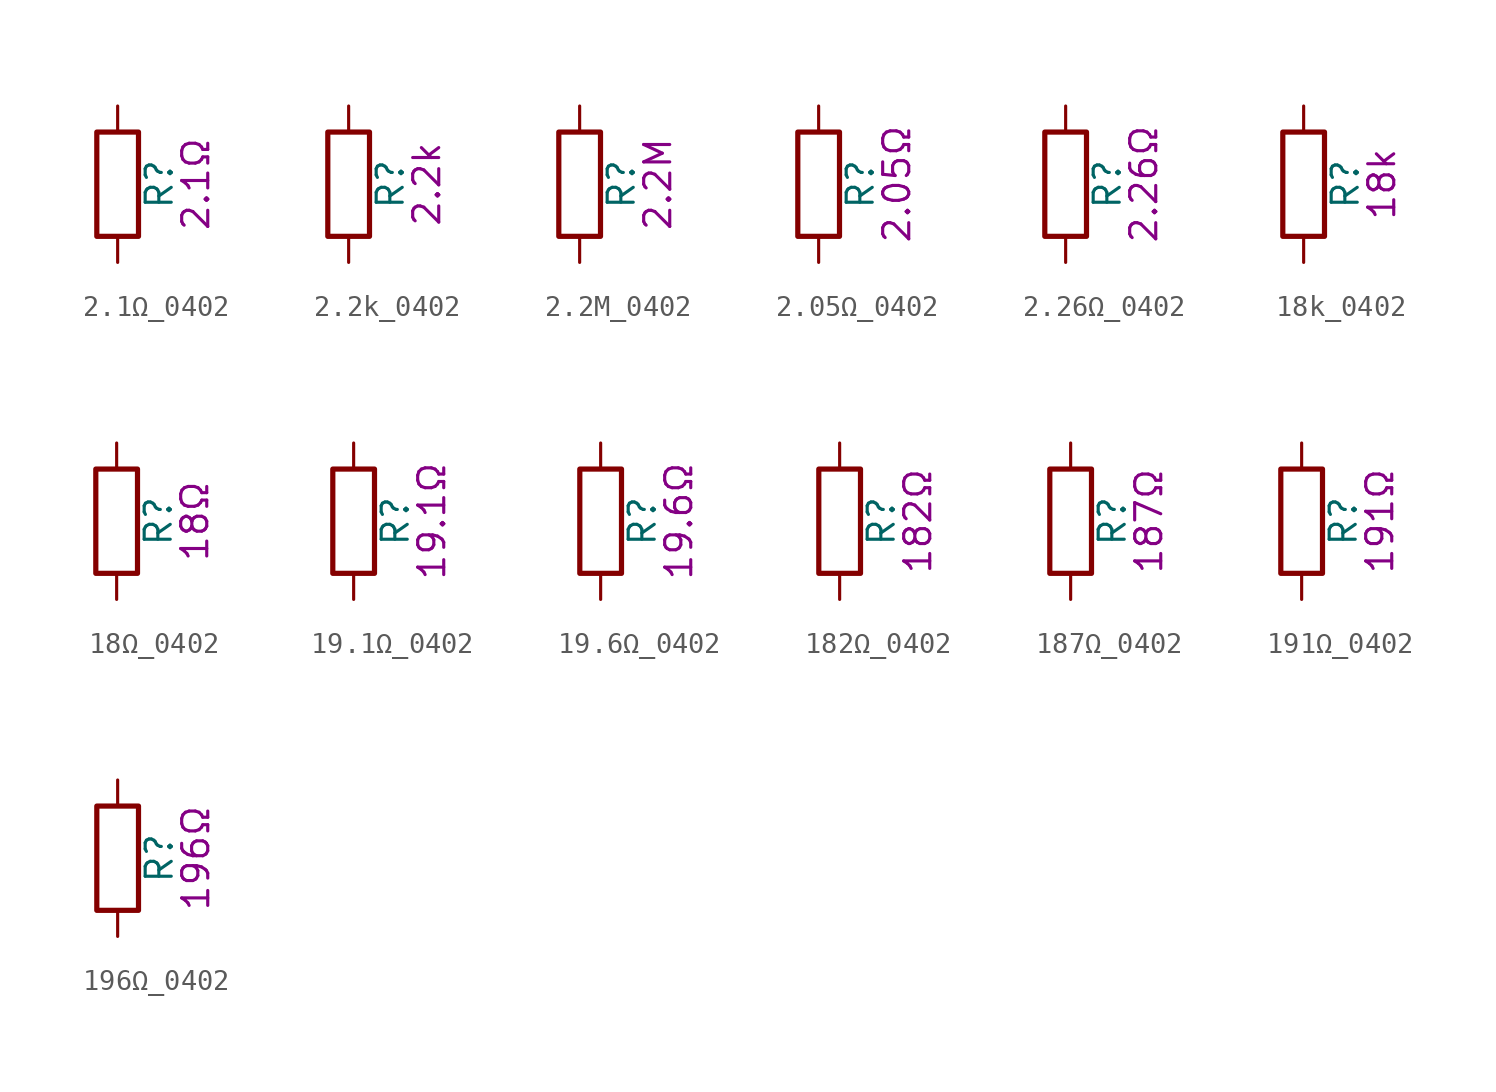
<source format=kicad_sym>
(kicad_symbol_lib
  (version 20211014)
  (generator kicad_symbol_editor)
  (symbol "2.1Ω_0402"
    (pin_numbers hide)
    (pin_names
      (offset 0))
    (property "Reference" "R"
      (at 2.032 0 90)
      (effects (font (size 1.27 1.27))))
    (property "Display" "2.1Ω"
      (at 3.81 0 90)
      (effects (font (size 1.27 1.27))))
    (symbol "2.1Ω_0402_0_1"
      (rectangle (start -1.016 -2.54) (end 1.016 2.54) (stroke (width 0.254) (type default) (color 0 0 0 0)) (fill (type none))))
    (symbol "2.1Ω_0402_1_1"
      (pin passive line (at 0 3.81 270) (length 1.27) (name "~" (effects (font (size 1.27 1.27)))) (number "1" (effects (font (size 1.27 1.27)))))
      (pin passive line (at 0 -3.81 90) (length 1.27) (name "~" (effects (font (size 1.27 1.27)))) (number "2" (effects (font (size 1.27 1.27)))))))
  (symbol "2.2k_0402"
    (pin_numbers hide)
    (pin_names
      (offset 0))
    (property "Reference" "R"
      (at 2.032 0 90)
      (effects (font (size 1.27 1.27))))
    (property "Display" "2.2k"
      (at 3.81 0 90)
      (effects (font (size 1.27 1.27))))
    (symbol "2.2k_0402_0_1"
      (rectangle (start -1.016 -2.54) (end 1.016 2.54) (stroke (width 0.254) (type default) (color 0 0 0 0)) (fill (type none))))
    (symbol "2.2k_0402_1_1"
      (pin passive line (at 0 3.81 270) (length 1.27) (name "~" (effects (font (size 1.27 1.27)))) (number "1" (effects (font (size 1.27 1.27)))))
      (pin passive line (at 0 -3.81 90) (length 1.27) (name "~" (effects (font (size 1.27 1.27)))) (number "2" (effects (font (size 1.27 1.27)))))))
  (symbol "2.2M_0402"
    (pin_numbers hide)
    (pin_names
      (offset 0))
    (property "Reference" "R"
      (at 2.032 0 90)
      (effects (font (size 1.27 1.27))))
    (property "Display" "2.2M"
      (at 3.81 0 90)
      (effects (font (size 1.27 1.27))))
    (symbol "2.2M_0402_0_1"
      (rectangle (start -1.016 -2.54) (end 1.016 2.54) (stroke (width 0.254) (type default) (color 0 0 0 0)) (fill (type none))))
    (symbol "2.2M_0402_1_1"
      (pin passive line (at 0 3.81 270) (length 1.27) (name "~" (effects (font (size 1.27 1.27)))) (number "1" (effects (font (size 1.27 1.27)))))
      (pin passive line (at 0 -3.81 90) (length 1.27) (name "~" (effects (font (size 1.27 1.27)))) (number "2" (effects (font (size 1.27 1.27)))))))
  (symbol "2.05Ω_0402"
    (pin_numbers hide)
    (pin_names
      (offset 0))
    (property "Reference" "R"
      (at 2.032 0 90)
      (effects (font (size 1.27 1.27))))
    (property "Display" "2.05Ω"
      (at 3.81 0 90)
      (effects (font (size 1.27 1.27))))
    (symbol "2.05Ω_0402_0_1"
      (rectangle (start -1.016 -2.54) (end 1.016 2.54) (stroke (width 0.254) (type default) (color 0 0 0 0)) (fill (type none))))
    (symbol "2.05Ω_0402_1_1"
      (pin passive line (at 0 3.81 270) (length 1.27) (name "~" (effects (font (size 1.27 1.27)))) (number "1" (effects (font (size 1.27 1.27)))))
      (pin passive line (at 0 -3.81 90) (length 1.27) (name "~" (effects (font (size 1.27 1.27)))) (number "2" (effects (font (size 1.27 1.27)))))))
  (symbol "2.26Ω_0402"
    (pin_numbers hide)
    (pin_names
      (offset 0))
    (property "Reference" "R"
      (at 2.032 0 90)
      (effects (font (size 1.27 1.27))))
    (property "Display" "2.26Ω"
      (at 3.81 0 90)
      (effects (font (size 1.27 1.27))))
    (symbol "2.26Ω_0402_0_1"
      (rectangle (start -1.016 -2.54) (end 1.016 2.54) (stroke (width 0.254) (type default) (color 0 0 0 0)) (fill (type none))))
    (symbol "2.26Ω_0402_1_1"
      (pin passive line (at 0 3.81 270) (length 1.27) (name "~" (effects (font (size 1.27 1.27)))) (number "1" (effects (font (size 1.27 1.27)))))
      (pin passive line (at 0 -3.81 90) (length 1.27) (name "~" (effects (font (size 1.27 1.27)))) (number "2" (effects (font (size 1.27 1.27)))))))
  (symbol "18k_0402"
    (pin_numbers hide)
    (pin_names
      (offset 0))
    (property "Reference" "R"
      (at 2.032 0 90)
      (effects (font (size 1.27 1.27))))
    (property "Display" "18k"
      (at 3.81 0 90)
      (effects (font (size 1.27 1.27))))
    (symbol "18k_0402_0_1"
      (rectangle (start -1.016 -2.54) (end 1.016 2.54) (stroke (width 0.254) (type default) (color 0 0 0 0)) (fill (type none))))
    (symbol "18k_0402_1_1"
      (pin passive line (at 0 3.81 270) (length 1.27) (name "~" (effects (font (size 1.27 1.27)))) (number "1" (effects (font (size 1.27 1.27)))))
      (pin passive line (at 0 -3.81 90) (length 1.27) (name "~" (effects (font (size 1.27 1.27)))) (number "2" (effects (font (size 1.27 1.27)))))))
  (symbol "18Ω_0402"
    (pin_numbers hide)
    (pin_names
      (offset 0))
    (property "Reference" "R"
      (at 2.032 0 90)
      (effects (font (size 1.27 1.27))))
    (property "Display" "18Ω"
      (at 3.81 0 90)
      (effects (font (size 1.27 1.27))))
    (symbol "18Ω_0402_0_1"
      (rectangle (start -1.016 -2.54) (end 1.016 2.54) (stroke (width 0.254) (type default) (color 0 0 0 0)) (fill (type none))))
    (symbol "18Ω_0402_1_1"
      (pin passive line (at 0 3.81 270) (length 1.27) (name "~" (effects (font (size 1.27 1.27)))) (number "1" (effects (font (size 1.27 1.27)))))
      (pin passive line (at 0 -3.81 90) (length 1.27) (name "~" (effects (font (size 1.27 1.27)))) (number "2" (effects (font (size 1.27 1.27)))))))
  (symbol "19.1Ω_0402"
    (pin_numbers hide)
    (pin_names
      (offset 0))
    (property "Reference" "R"
      (at 2.032 0 90)
      (effects (font (size 1.27 1.27))))
    (property "Display" "19.1Ω"
      (at 3.81 0 90)
      (effects (font (size 1.27 1.27))))
    (symbol "19.1Ω_0402_0_1"
      (rectangle (start -1.016 -2.54) (end 1.016 2.54) (stroke (width 0.254) (type default) (color 0 0 0 0)) (fill (type none))))
    (symbol "19.1Ω_0402_1_1"
      (pin passive line (at 0 3.81 270) (length 1.27) (name "~" (effects (font (size 1.27 1.27)))) (number "1" (effects (font (size 1.27 1.27)))))
      (pin passive line (at 0 -3.81 90) (length 1.27) (name "~" (effects (font (size 1.27 1.27)))) (number "2" (effects (font (size 1.27 1.27)))))))
  (symbol "19.6Ω_0402"
    (pin_numbers hide)
    (pin_names
      (offset 0))
    (property "Reference" "R"
      (at 2.032 0 90)
      (effects (font (size 1.27 1.27))))
    (property "Display" "19.6Ω"
      (at 3.81 0 90)
      (effects (font (size 1.27 1.27))))
    (symbol "19.6Ω_0402_0_1"
      (rectangle (start -1.016 -2.54) (end 1.016 2.54) (stroke (width 0.254) (type default) (color 0 0 0 0)) (fill (type none))))
    (symbol "19.6Ω_0402_1_1"
      (pin passive line (at 0 3.81 270) (length 1.27) (name "~" (effects (font (size 1.27 1.27)))) (number "1" (effects (font (size 1.27 1.27)))))
      (pin passive line (at 0 -3.81 90) (length 1.27) (name "~" (effects (font (size 1.27 1.27)))) (number "2" (effects (font (size 1.27 1.27)))))))
  (symbol "182Ω_0402"
    (pin_numbers hide)
    (pin_names
      (offset 0))
    (property "Reference" "R"
      (at 2.032 0 90)
      (effects (font (size 1.27 1.27))))
    (property "Display" "182Ω"
      (at 3.81 0 90)
      (effects (font (size 1.27 1.27))))
    (symbol "182Ω_0402_0_1"
      (rectangle (start -1.016 -2.54) (end 1.016 2.54) (stroke (width 0.254) (type default) (color 0 0 0 0)) (fill (type none))))
    (symbol "182Ω_0402_1_1"
      (pin passive line (at 0 3.81 270) (length 1.27) (name "~" (effects (font (size 1.27 1.27)))) (number "1" (effects (font (size 1.27 1.27)))))
      (pin passive line (at 0 -3.81 90) (length 1.27) (name "~" (effects (font (size 1.27 1.27)))) (number "2" (effects (font (size 1.27 1.27)))))))
  (symbol "187Ω_0402"
    (pin_numbers hide)
    (pin_names
      (offset 0))
    (property "Reference" "R"
      (at 2.032 0 90)
      (effects (font (size 1.27 1.27))))
    (property "Display" "187Ω"
      (at 3.81 0 90)
      (effects (font (size 1.27 1.27))))
    (symbol "187Ω_0402_0_1"
      (rectangle (start -1.016 -2.54) (end 1.016 2.54) (stroke (width 0.254) (type default) (color 0 0 0 0)) (fill (type none))))
    (symbol "187Ω_0402_1_1"
      (pin passive line (at 0 3.81 270) (length 1.27) (name "~" (effects (font (size 1.27 1.27)))) (number "1" (effects (font (size 1.27 1.27)))))
      (pin passive line (at 0 -3.81 90) (length 1.27) (name "~" (effects (font (size 1.27 1.27)))) (number "2" (effects (font (size 1.27 1.27)))))))
  (symbol "191Ω_0402"
    (pin_numbers hide)
    (pin_names
      (offset 0))
    (property "Reference" "R"
      (at 2.032 0 90)
      (effects (font (size 1.27 1.27))))
    (property "Display" "191Ω"
      (at 3.81 0 90)
      (effects (font (size 1.27 1.27))))
    (symbol "191Ω_0402_0_1"
      (rectangle (start -1.016 -2.54) (end 1.016 2.54) (stroke (width 0.254) (type default) (color 0 0 0 0)) (fill (type none))))
    (symbol "191Ω_0402_1_1"
      (pin passive line (at 0 3.81 270) (length 1.27) (name "~" (effects (font (size 1.27 1.27)))) (number "1" (effects (font (size 1.27 1.27)))))
      (pin passive line (at 0 -3.81 90) (length 1.27) (name "~" (effects (font (size 1.27 1.27)))) (number "2" (effects (font (size 1.27 1.27)))))))
  (symbol "196Ω_0402"
    (pin_numbers hide)
    (pin_names
      (offset 0))
    (property "Reference" "R"
      (at 2.032 0 90)
      (effects (font (size 1.27 1.27))))
    (property "Display" "196Ω"
      (at 3.81 0 90)
      (effects (font (size 1.27 1.27))))
    (symbol "196Ω_0402_0_1"
      (rectangle (start -1.016 -2.54) (end 1.016 2.54) (stroke (width 0.254) (type default) (color 0 0 0 0)) (fill (type none))))
    (symbol "196Ω_0402_1_1"
      (pin passive line (at 0 3.81 270) (length 1.27) (name "~" (effects (font (size 1.27 1.27)))) (number "1" (effects (font (size 1.27 1.27)))))
      (pin passive line (at 0 -3.81 90) (length 1.27) (name "~" (effects (font (size 1.27 1.27)))) (number "2" (effects (font (size 1.27 1.27))))))))
</source>
